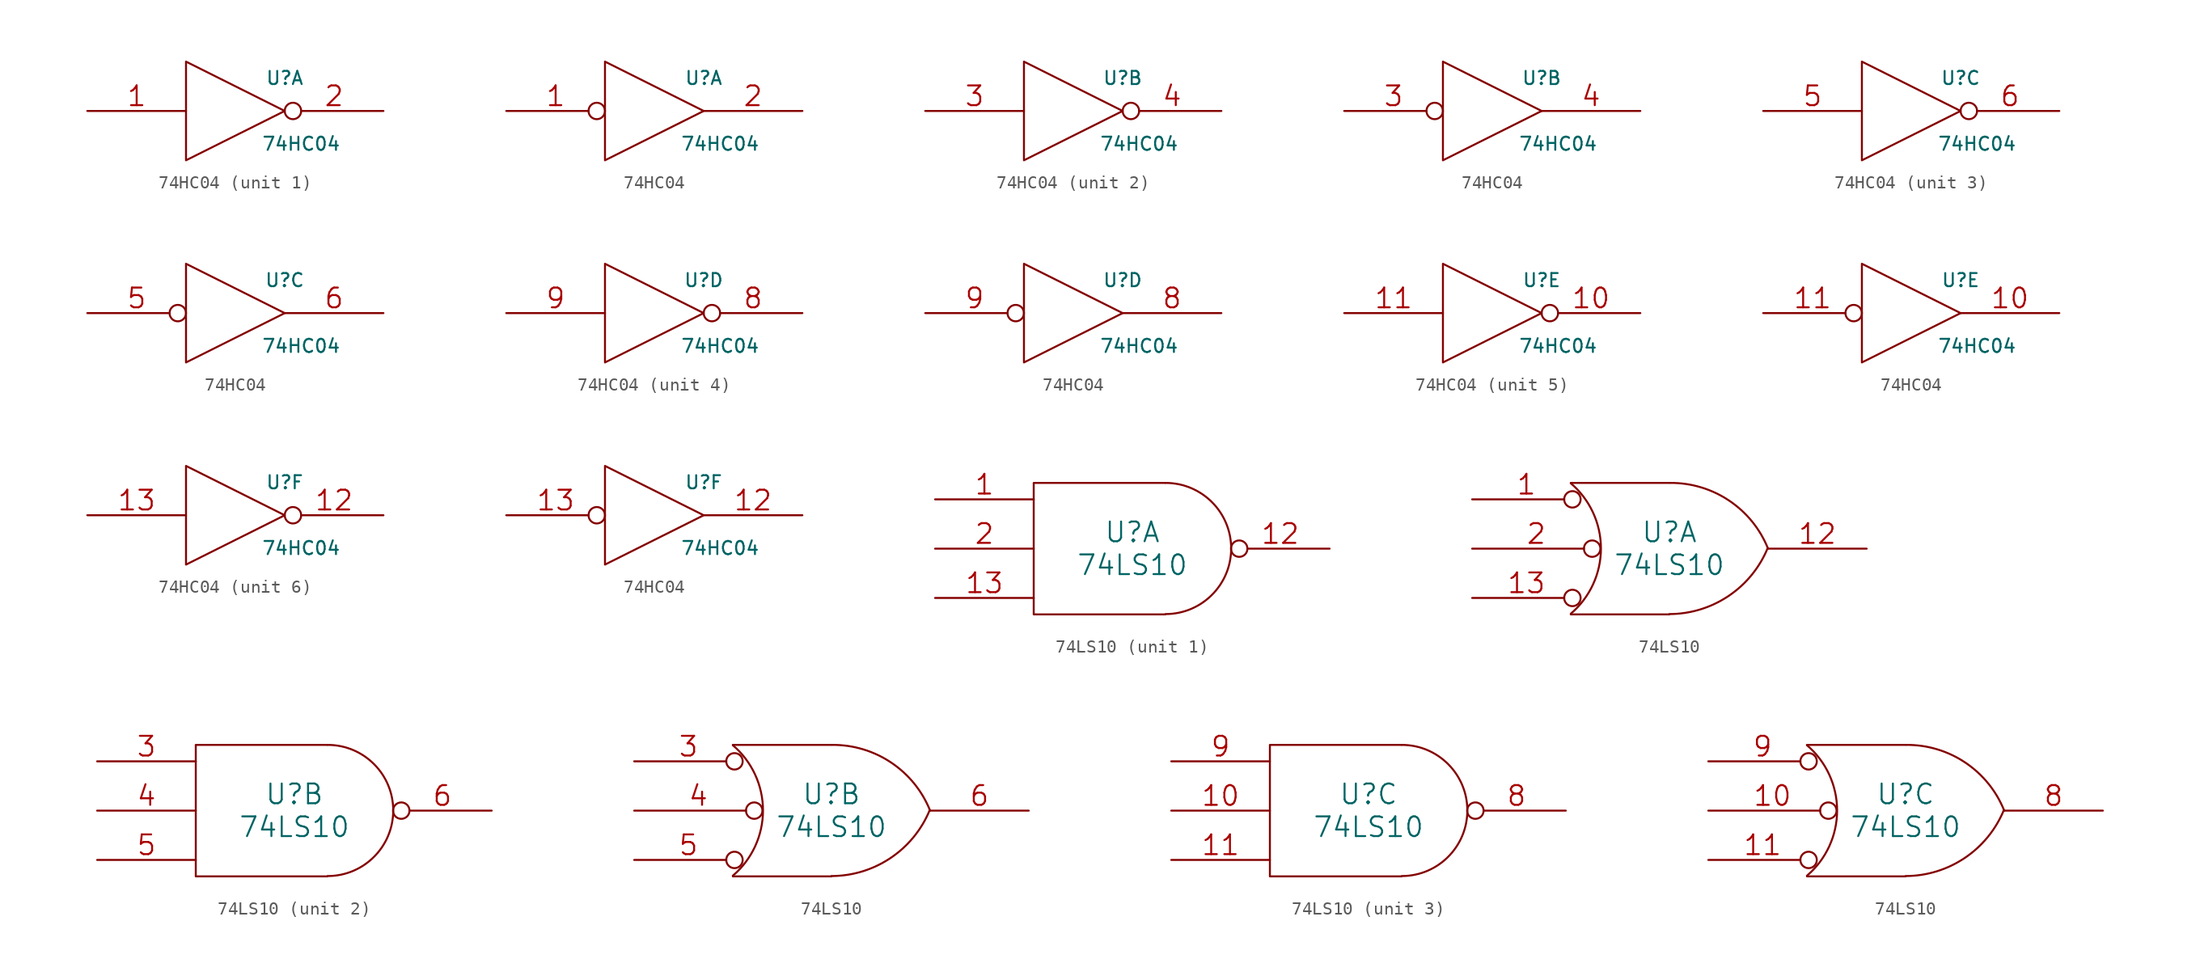
<source format=kicad_sym>
(kicad_symbol_lib
  (version 20241209)
  (generator "kicad_symbol_editor")
  (generator_version "9.0")
  (symbol "74HC04"
    (pin_names
      (offset 0.762))
    (property "Reference" "U"
      (at 3.81 2.54 0)
      (effects (font (size 1.016 1.016))))
    (property "Value" "74HC04"
      (at 5.08 -2.54 0)
      (effects (font (size 1.016 1.016))))
    (property "Footprint" ""
      (at 0 0 0)
      (effects (font (size 1.524 1.524))))
    (property "Datasheet" ""
      (at 0 0 0)
      (effects (font (size 1.524 1.524))))
    (symbol "74HC04_0_0"
      (polyline (pts (xy -3.81 3.81) (xy -3.81 -3.81) (xy 3.81 0) (xy -3.81 3.81)) (stroke (width 0) (type solid)) (fill (type none)))
      (pin power_in line (at -1.27 2.54 270) (length 0) (hide yes) (name "VCC" (effects (font (size 0.508 0.508)))) (number "14" (effects (font (size 0.762 0.762)))))
      (pin power_in line (at -1.27 -2.54 90) (length 0) (hide yes) (name "GND" (effects (font (size 0.508 0.508)))) (number "7" (effects (font (size 0.762 0.762))))))
    (symbol "74HC04_1_1"
      (pin input line (at -11.43 0 0) (length 7.62) (name "~" (effects (font (size 1.524 1.524)))) (number "1" (effects (font (size 1.524 1.524)))))
      (pin output inverted (at 11.43 0 180) (length 7.62) (name "~" (effects (font (size 1.524 1.524)))) (number "2" (effects (font (size 1.524 1.524))))))
    (symbol "74HC04_1_2"
      (pin input inverted (at -11.43 0 0) (length 7.62) (name "~" (effects (font (size 1.524 1.524)))) (number "1" (effects (font (size 1.524 1.524)))))
      (pin output line (at 11.43 0 180) (length 7.62) (name "~" (effects (font (size 1.524 1.524)))) (number "2" (effects (font (size 1.524 1.524))))))
    (symbol "74HC04_2_1"
      (pin input line (at -11.43 0 0) (length 7.62) (name "~" (effects (font (size 1.524 1.524)))) (number "3" (effects (font (size 1.524 1.524)))))
      (pin output inverted (at 11.43 0 180) (length 7.62) (name "~" (effects (font (size 1.524 1.524)))) (number "4" (effects (font (size 1.524 1.524))))))
    (symbol "74HC04_2_2"
      (pin input inverted (at -11.43 0 0) (length 7.62) (name "~" (effects (font (size 1.524 1.524)))) (number "3" (effects (font (size 1.524 1.524)))))
      (pin output line (at 11.43 0 180) (length 7.62) (name "~" (effects (font (size 1.524 1.524)))) (number "4" (effects (font (size 1.524 1.524))))))
    (symbol "74HC04_3_1"
      (pin input line (at -11.43 0 0) (length 7.62) (name "~" (effects (font (size 1.524 1.524)))) (number "5" (effects (font (size 1.524 1.524)))))
      (pin output inverted (at 11.43 0 180) (length 7.62) (name "~" (effects (font (size 1.524 1.524)))) (number "6" (effects (font (size 1.524 1.524))))))
    (symbol "74HC04_3_2"
      (pin input inverted (at -11.43 0 0) (length 7.62) (name "~" (effects (font (size 1.524 1.524)))) (number "5" (effects (font (size 1.524 1.524)))))
      (pin output line (at 11.43 0 180) (length 7.62) (name "~" (effects (font (size 1.524 1.524)))) (number "6" (effects (font (size 1.524 1.524))))))
    (symbol "74HC04_4_1"
      (pin input line (at -11.43 0 0) (length 7.62) (name "~" (effects (font (size 1.524 1.524)))) (number "9" (effects (font (size 1.524 1.524)))))
      (pin output inverted (at 11.43 0 180) (length 7.62) (name "~" (effects (font (size 1.524 1.524)))) (number "8" (effects (font (size 1.524 1.524))))))
    (symbol "74HC04_4_2"
      (pin input inverted (at -11.43 0 0) (length 7.62) (name "~" (effects (font (size 1.524 1.524)))) (number "9" (effects (font (size 1.524 1.524)))))
      (pin output line (at 11.43 0 180) (length 7.62) (name "~" (effects (font (size 1.524 1.524)))) (number "8" (effects (font (size 1.524 1.524))))))
    (symbol "74HC04_5_1"
      (pin input line (at -11.43 0 0) (length 7.62) (name "~" (effects (font (size 1.524 1.524)))) (number "11" (effects (font (size 1.524 1.524)))))
      (pin output inverted (at 11.43 0 180) (length 7.62) (name "~" (effects (font (size 1.524 1.524)))) (number "10" (effects (font (size 1.524 1.524))))))
    (symbol "74HC04_5_2"
      (pin input inverted (at -11.43 0 0) (length 7.62) (name "~" (effects (font (size 1.524 1.524)))) (number "11" (effects (font (size 1.524 1.524)))))
      (pin output line (at 11.43 0 180) (length 7.62) (name "~" (effects (font (size 1.524 1.524)))) (number "10" (effects (font (size 1.524 1.524))))))
    (symbol "74HC04_6_1"
      (pin input line (at -11.43 0 0) (length 7.62) (name "~" (effects (font (size 1.524 1.524)))) (number "13" (effects (font (size 1.524 1.524)))))
      (pin output inverted (at 11.43 0 180) (length 7.62) (name "~" (effects (font (size 1.524 1.524)))) (number "12" (effects (font (size 1.524 1.524))))))
    (symbol "74HC04_6_2"
      (pin input inverted (at -11.43 0 0) (length 7.62) (name "~" (effects (font (size 1.524 1.524)))) (number "13" (effects (font (size 1.524 1.524)))))
      (pin output line (at 11.43 0 180) (length 7.62) (name "~" (effects (font (size 1.524 1.524)))) (number "12" (effects (font (size 1.524 1.524)))))))
  (symbol "74LS10"
    (pin_names
      (offset 0.762))
    (property "Reference" "U"
      (at 0 1.27 0)
      (effects (font (size 1.524 1.524))))
    (property "Value" "74LS10"
      (at 0 -1.27 0)
      (effects (font (size 1.524 1.524))))
    (property "Footprint" ""
      (at 0 0 0)
      (effects (font (size 1.524 1.524))))
    (property "Datasheet" ""
      (at 0 0 0)
      (effects (font (size 1.524 1.524))))
    (symbol "74LS10_0_0"
      (pin power_in line (at -5.08 5.08 90) (length 0) (hide yes) (name "VCC" (effects (font (size 1.016 1.016)))) (number "14" (effects (font (size 1.016 1.016)))))
      (pin power_in line (at -5.08 -5.08 90) (length 0) (hide yes) (name "GND" (effects (font (size 1.016 1.016)))) (number "7" (effects (font (size 1.016 1.016))))))
    (symbol "74LS10_0_1"
      (polyline (pts (xy 2.54 5.08) (xy -7.62 5.08) (xy -7.62 -5.08) (xy 2.54 -5.08)) (stroke (width 0) (type solid)) (fill (type none)))
      (arc (start 2.5654 5.08) (mid 7.6201 0.0001) (end 2.5654 -5.0546) (stroke (width 0) (type solid)) (fill (type none))))
    (symbol "74LS10_0_2"
      (arc (start -7.62 5.0546) (mid -5.2901 0.0083) (end -7.62 -5.0292) (stroke (width 0) (type solid)) (fill (type none)))
      (polyline (pts (xy -7.62 5.08) (xy 0 5.08)) (stroke (width 0) (type solid)) (fill (type none)))
      (polyline (pts (xy -7.62 -5.08) (xy 0 -5.08)) (stroke (width 0) (type solid)) (fill (type none)))
      (arc (start 7.5946 0.0508) (mid 4.5708 -3.6562) (end 0 -5.0546) (stroke (width 0) (type solid)) (fill (type none)))
      (arc (start 0.0508 5.08) (mid 4.6217 3.7074) (end 7.62 0) (stroke (width 0) (type solid)) (fill (type none))))
    (symbol "74LS10_1_1"
      (pin input line (at -15.24 3.81 0) (length 7.62) (name "~" (effects (font (size 1.524 1.524)))) (number "1" (effects (font (size 1.524 1.524)))))
      (pin input line (at -15.24 0 0) (length 7.62) (name "~" (effects (font (size 1.524 1.524)))) (number "2" (effects (font (size 1.524 1.524)))))
      (pin input line (at -15.24 -3.81 0) (length 7.62) (name "~" (effects (font (size 1.524 1.524)))) (number "13" (effects (font (size 1.524 1.524)))))
      (pin output inverted (at 15.24 0 180) (length 7.62) (name "~" (effects (font (size 1.524 1.524)))) (number "12" (effects (font (size 1.524 1.524))))))
    (symbol "74LS10_1_2"
      (pin input inverted (at -15.24 3.81 0) (length 8.382) (name "~" (effects (font (size 1.524 1.524)))) (number "1" (effects (font (size 1.524 1.524)))))
      (pin input inverted (at -15.24 0 0) (length 9.906) (name "~" (effects (font (size 1.524 1.524)))) (number "2" (effects (font (size 1.524 1.524)))))
      (pin input inverted (at -15.24 -3.81 0) (length 8.382) (name "~" (effects (font (size 1.524 1.524)))) (number "13" (effects (font (size 1.524 1.524)))))
      (pin output line (at 15.24 0 180) (length 7.62) (name "~" (effects (font (size 1.524 1.524)))) (number "12" (effects (font (size 1.524 1.524))))))
    (symbol "74LS10_2_1"
      (pin input line (at -15.24 3.81 0) (length 7.62) (name "~" (effects (font (size 1.524 1.524)))) (number "3" (effects (font (size 1.524 1.524)))))
      (pin input line (at -15.24 0 0) (length 7.62) (name "~" (effects (font (size 1.524 1.524)))) (number "4" (effects (font (size 1.524 1.524)))))
      (pin input line (at -15.24 -3.81 0) (length 7.62) (name "~" (effects (font (size 1.524 1.524)))) (number "5" (effects (font (size 1.524 1.524)))))
      (pin output inverted (at 15.24 0 180) (length 7.62) (name "~" (effects (font (size 1.524 1.524)))) (number "6" (effects (font (size 1.524 1.524))))))
    (symbol "74LS10_2_2"
      (pin input inverted (at -15.24 3.81 0) (length 8.382) (name "~" (effects (font (size 1.524 1.524)))) (number "3" (effects (font (size 1.524 1.524)))))
      (pin input inverted (at -15.24 0 0) (length 9.906) (name "~" (effects (font (size 1.524 1.524)))) (number "4" (effects (font (size 1.524 1.524)))))
      (pin input inverted (at -15.24 -3.81 0) (length 8.382) (name "~" (effects (font (size 1.524 1.524)))) (number "5" (effects (font (size 1.524 1.524)))))
      (pin output line (at 15.24 0 180) (length 7.62) (name "~" (effects (font (size 1.524 1.524)))) (number "6" (effects (font (size 1.524 1.524))))))
    (symbol "74LS10_3_1"
      (pin input line (at -15.24 3.81 0) (length 7.62) (name "~" (effects (font (size 1.524 1.524)))) (number "9" (effects (font (size 1.524 1.524)))))
      (pin input line (at -15.24 0 0) (length 7.62) (name "~" (effects (font (size 1.524 1.524)))) (number "10" (effects (font (size 1.524 1.524)))))
      (pin input line (at -15.24 -3.81 0) (length 7.62) (name "~" (effects (font (size 1.524 1.524)))) (number "11" (effects (font (size 1.524 1.524)))))
      (pin output inverted (at 15.24 0 180) (length 7.62) (name "~" (effects (font (size 1.524 1.524)))) (number "8" (effects (font (size 1.524 1.524))))))
    (symbol "74LS10_3_2"
      (pin input inverted (at -15.24 3.81 0) (length 8.382) (name "~" (effects (font (size 1.524 1.524)))) (number "9" (effects (font (size 1.524 1.524)))))
      (pin input inverted (at -15.24 0 0) (length 9.906) (name "~" (effects (font (size 1.524 1.524)))) (number "10" (effects (font (size 1.524 1.524)))))
      (pin input inverted (at -15.24 -3.81 0) (length 8.382) (name "~" (effects (font (size 1.524 1.524)))) (number "11" (effects (font (size 1.524 1.524)))))
      (pin output line (at 15.24 0 180) (length 7.62) (name "~" (effects (font (size 1.524 1.524)))) (number "8" (effects (font (size 1.524 1.524))))))))
</source>
